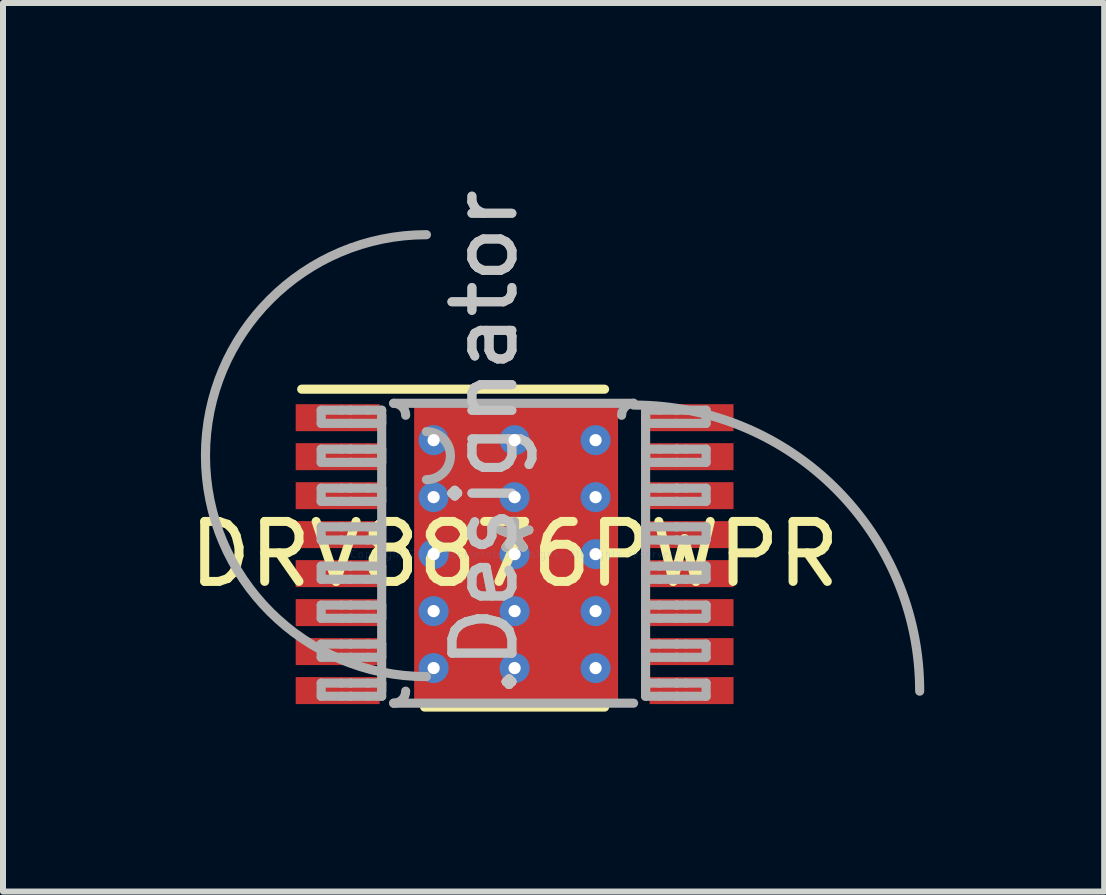
<source format=kicad_pcb>
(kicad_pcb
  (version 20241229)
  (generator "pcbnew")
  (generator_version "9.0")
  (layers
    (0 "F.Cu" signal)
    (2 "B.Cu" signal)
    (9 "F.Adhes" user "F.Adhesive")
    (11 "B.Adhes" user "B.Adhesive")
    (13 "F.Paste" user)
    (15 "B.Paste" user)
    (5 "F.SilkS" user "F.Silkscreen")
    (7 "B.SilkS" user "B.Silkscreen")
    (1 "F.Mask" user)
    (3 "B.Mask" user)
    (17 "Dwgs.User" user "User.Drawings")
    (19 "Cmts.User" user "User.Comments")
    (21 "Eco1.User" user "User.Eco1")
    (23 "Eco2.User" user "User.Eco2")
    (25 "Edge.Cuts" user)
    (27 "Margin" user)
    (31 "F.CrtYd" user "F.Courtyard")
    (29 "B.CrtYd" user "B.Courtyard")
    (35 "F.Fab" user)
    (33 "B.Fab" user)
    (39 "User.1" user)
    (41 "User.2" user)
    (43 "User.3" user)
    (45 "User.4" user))
  (footprint "DRV8876PWPR"
    (layer "F.Cu")
    (at 5.53 6.189)
    (property "Reference" "DRV8876PWPR" (at 0 0 0) (layer "F.SilkS") (effects (font (size 1 1) (thickness 0.15))))
    (attr through_hole)
    (fp_line (start -1.23 -1.726) (end -1.229 -1.735) (stroke (width 0.152) (type solid)) (layer "F.Mask"))
    (fp_line (start -1.23 1.726) (end -1.23 -1.726) (stroke (width 0.152) (type solid)) (layer "F.Mask"))
    (fp_line (start -1.229 -1.735) (end -1.226 -1.745) (stroke (width 0.152) (type solid)) (layer "F.Mask"))
    (fp_line (start -1.229 1.735) (end -1.23 1.726) (stroke (width 0.152) (type solid)) (layer "F.Mask"))
    (fp_line (start -1.226 -1.745) (end -1.222 -1.753) (stroke (width 0.152) (type solid)) (layer "F.Mask"))
    (fp_line (start -1.226 1.745) (end -1.229 1.735) (stroke (width 0.152) (type solid)) (layer "F.Mask"))
    (fp_line (start -1.222 -1.753) (end -1.216 -1.761) (stroke (width 0.152) (type solid)) (layer "F.Mask"))
    (fp_line (start -1.222 1.753) (end -1.226 1.745) (stroke (width 0.152) (type solid)) (layer "F.Mask"))
    (fp_line (start -1.216 -1.761) (end -1.208 -1.767) (stroke (width 0.152) (type solid)) (layer "F.Mask"))
    (fp_line (start -1.216 1.761) (end -1.222 1.753) (stroke (width 0.152) (type solid)) (layer "F.Mask"))
    (fp_line (start -1.208 -1.767) (end -1.2 -1.771) (stroke (width 0.152) (type solid)) (layer "F.Mask"))
    (fp_line (start -1.208 1.767) (end -1.216 1.761) (stroke (width 0.152) (type solid)) (layer "F.Mask"))
    (fp_line (start -1.2 -1.771) (end -1.19 -1.774) (stroke (width 0.152) (type solid)) (layer "F.Mask"))
    (fp_line (start -1.2 1.771) (end -1.208 1.767) (stroke (width 0.152) (type solid)) (layer "F.Mask"))
    (fp_line (start -1.19 -1.774) (end -1.181 -1.775) (stroke (width 0.152) (type solid)) (layer "F.Mask"))
    (fp_line (start -1.19 1.774) (end -1.2 1.771) (stroke (width 0.152) (type solid)) (layer "F.Mask"))
    (fp_line (start -1.181 -1.775) (end 1.181 -1.775) (stroke (width 0.152) (type solid)) (layer "F.Mask"))
    (fp_line (start -1.181 1.775) (end -1.19 1.774) (stroke (width 0.152) (type solid)) (layer "F.Mask"))
    (fp_line (start 1.181 -1.775) (end 1.19 -1.774) (stroke (width 0.152) (type solid)) (layer "F.Mask"))
    (fp_line (start 1.181 1.775) (end -1.181 1.775) (stroke (width 0.152) (type solid)) (layer "F.Mask"))
    (fp_line (start 1.19 -1.774) (end 1.2 -1.771) (stroke (width 0.152) (type solid)) (layer "F.Mask"))
    (fp_line (start 1.19 1.774) (end 1.181 1.775) (stroke (width 0.152) (type solid)) (layer "F.Mask"))
    (fp_line (start 1.2 -1.771) (end 1.208 -1.767) (stroke (width 0.152) (type solid)) (layer "F.Mask"))
    (fp_line (start 1.2 1.771) (end 1.19 1.774) (stroke (width 0.152) (type solid)) (layer "F.Mask"))
    (fp_line (start 1.208 -1.767) (end 1.216 -1.761) (stroke (width 0.152) (type solid)) (layer "F.Mask"))
    (fp_line (start 1.208 1.767) (end 1.2 1.771) (stroke (width 0.152) (type solid)) (layer "F.Mask"))
    (fp_line (start 1.216 -1.761) (end 1.222 -1.753) (stroke (width 0.152) (type solid)) (layer "F.Mask"))
    (fp_line (start 1.216 1.761) (end 1.208 1.767) (stroke (width 0.152) (type solid)) (layer "F.Mask"))
    (fp_line (start 1.222 -1.753) (end 1.226 -1.745) (stroke (width 0.152) (type solid)) (layer "F.Mask"))
    (fp_line (start 1.222 1.753) (end 1.216 1.761) (stroke (width 0.152) (type solid)) (layer "F.Mask"))
    (fp_line (start 1.226 -1.745) (end 1.229 -1.735) (stroke (width 0.152) (type solid)) (layer "F.Mask"))
    (fp_line (start 1.226 1.745) (end 1.222 1.753) (stroke (width 0.152) (type solid)) (layer "F.Mask"))
    (fp_line (start 1.229 -1.735) (end 1.23 -1.726) (stroke (width 0.152) (type solid)) (layer "F.Mask"))
    (fp_line (start 1.229 1.735) (end 1.226 1.745) (stroke (width 0.152) (type solid)) (layer "F.Mask"))
    (fp_line (start 1.23 -1.726) (end 1.23 1.726) (stroke (width 0.152) (type solid)) (layer "F.Mask"))
    (fp_line (start 1.23 1.726) (end 1.229 1.735) (stroke (width 0.152) (type solid)) (layer "F.Mask"))
    (fp_line (start -3.55 -2.75) (end 1.5 -2.75) (stroke (width 0.152) (type solid)) (layer "F.SilkS"))
    (fp_line (start -1.5 2.55) (end 1.5 2.55) (stroke (width 0.152) (type solid)) (layer "F.SilkS"))
    (fp_line (start -1.23 -1.726) (end -1.229 -1.735) (stroke (width 0.152) (type solid)) (layer "F.Paste"))
    (fp_line (start -1.23 1.726) (end -1.23 -1.726) (stroke (width 0.152) (type solid)) (layer "F.Paste"))
    (fp_line (start -1.229 -1.735) (end -1.226 -1.745) (stroke (width 0.152) (type solid)) (layer "F.Paste"))
    (fp_line (start -1.229 1.735) (end -1.23 1.726) (stroke (width 0.152) (type solid)) (layer "F.Paste"))
    (fp_line (start -1.226 -1.745) (end -1.222 -1.753) (stroke (width 0.152) (type solid)) (layer "F.Paste"))
    (fp_line (start -1.226 1.745) (end -1.229 1.735) (stroke (width 0.152) (type solid)) (layer "F.Paste"))
    (fp_line (start -1.222 -1.753) (end -1.216 -1.761) (stroke (width 0.152) (type solid)) (layer "F.Paste"))
    (fp_line (start -1.222 1.753) (end -1.226 1.745) (stroke (width 0.152) (type solid)) (layer "F.Paste"))
    (fp_line (start -1.216 -1.761) (end -1.208 -1.767) (stroke (width 0.152) (type solid)) (layer "F.Paste"))
    (fp_line (start -1.216 1.761) (end -1.222 1.753) (stroke (width 0.152) (type solid)) (layer "F.Paste"))
    (fp_line (start -1.208 -1.767) (end -1.2 -1.771) (stroke (width 0.152) (type solid)) (layer "F.Paste"))
    (fp_line (start -1.208 1.767) (end -1.216 1.761) (stroke (width 0.152) (type solid)) (layer "F.Paste"))
    (fp_line (start -1.2 -1.771) (end -1.19 -1.774) (stroke (width 0.152) (type solid)) (layer "F.Paste"))
    (fp_line (start -1.2 1.771) (end -1.208 1.767) (stroke (width 0.152) (type solid)) (layer "F.Paste"))
    (fp_line (start -1.19 -1.774) (end -1.181 -1.775) (stroke (width 0.152) (type solid)) (layer "F.Paste"))
    (fp_line (start -1.19 1.774) (end -1.2 1.771) (stroke (width 0.152) (type solid)) (layer "F.Paste"))
    (fp_line (start -1.181 -1.775) (end 1.181 -1.775) (stroke (width 0.152) (type solid)) (layer "F.Paste"))
    (fp_line (start -1.181 1.775) (end -1.19 1.774) (stroke (width 0.152) (type solid)) (layer "F.Paste"))
    (fp_line (start 1.181 -1.775) (end 1.19 -1.774) (stroke (width 0.152) (type solid)) (layer "F.Paste"))
    (fp_line (start 1.181 1.775) (end -1.181 1.775) (stroke (width 0.152) (type solid)) (layer "F.Paste"))
    (fp_line (start 1.19 -1.774) (end 1.2 -1.771) (stroke (width 0.152) (type solid)) (layer "F.Paste"))
    (fp_line (start 1.19 1.774) (end 1.181 1.775) (stroke (width 0.152) (type solid)) (layer "F.Paste"))
    (fp_line (start 1.2 -1.771) (end 1.208 -1.767) (stroke (width 0.152) (type solid)) (layer "F.Paste"))
    (fp_line (start 1.2 1.771) (end 1.19 1.774) (stroke (width 0.152) (type solid)) (layer "F.Paste"))
    (fp_line (start 1.208 -1.767) (end 1.216 -1.761) (stroke (width 0.152) (type solid)) (layer "F.Paste"))
    (fp_line (start 1.208 1.767) (end 1.2 1.771) (stroke (width 0.152) (type solid)) (layer "F.Paste"))
    (fp_line (start 1.216 -1.761) (end 1.222 -1.753) (stroke (width 0.152) (type solid)) (layer "F.Paste"))
    (fp_line (start 1.216 1.761) (end 1.208 1.767) (stroke (width 0.152) (type solid)) (layer "F.Paste"))
    (fp_line (start 1.222 -1.753) (end 1.226 -1.745) (stroke (width 0.152) (type solid)) (layer "F.Paste"))
    (fp_line (start 1.222 1.753) (end 1.216 1.761) (stroke (width 0.152) (type solid)) (layer "F.Paste"))
    (fp_line (start 1.226 -1.745) (end 1.229 -1.735) (stroke (width 0.152) (type solid)) (layer "F.Paste"))
    (fp_line (start 1.226 1.745) (end 1.222 1.753) (stroke (width 0.152) (type solid)) (layer "F.Paste"))
    (fp_line (start 1.229 -1.735) (end 1.23 -1.726) (stroke (width 0.152) (type solid)) (layer "F.Paste"))
    (fp_line (start 1.229 1.735) (end 1.226 1.745) (stroke (width 0.152) (type solid)) (layer "F.Paste"))
    (fp_line (start 1.23 -1.726) (end 1.23 1.726) (stroke (width 0.152) (type solid)) (layer "F.Paste"))
    (fp_line (start 1.23 1.726) (end 1.229 1.735) (stroke (width 0.152) (type solid)) (layer "F.Paste"))
    (fp_line (start -3.225 -2.4) (end -2.887 -2.4) (stroke (width 0.152) (type solid)) (layer "F.Fab"))
    (fp_line (start -3.225 -2.18) (end -3.225 -2.4) (stroke (width 0.152) (type solid)) (layer "F.Fab"))
    (fp_line (start -3.225 -2.18) (end -2.887 -2.18) (stroke (width 0.152) (type solid)) (layer "F.Fab"))
    (fp_line (start -3.225 -1.75) (end -2.887 -1.75) (stroke (width 0.152) (type solid)) (layer "F.Fab"))
    (fp_line (start -3.225 -1.53) (end -3.225 -1.75) (stroke (width 0.152) (type solid)) (layer "F.Fab"))
    (fp_line (start -3.225 -1.53) (end -2.887 -1.53) (stroke (width 0.152) (type solid)) (layer "F.Fab"))
    (fp_line (start -3.225 -1.1) (end -2.887 -1.1) (stroke (width 0.152) (type solid)) (layer "F.Fab"))
    (fp_line (start -3.225 -0.88) (end -3.225 -1.1) (stroke (width 0.152) (type solid)) (layer "F.Fab"))
    (fp_line (start -3.225 -0.88) (end -2.887 -0.88) (stroke (width 0.152) (type solid)) (layer "F.Fab"))
    (fp_line (start -3.225 -0.455) (end -2.887 -0.455) (stroke (width 0.152) (type solid)) (layer "F.Fab"))
    (fp_line (start -3.225 -0.235) (end -3.225 -0.455) (stroke (width 0.152) (type solid)) (layer "F.Fab"))
    (fp_line (start -3.225 -0.235) (end -2.887 -0.235) (stroke (width 0.152) (type solid)) (layer "F.Fab"))
    (fp_line (start -3.225 0.2) (end -2.887 0.2) (stroke (width 0.152) (type solid)) (layer "F.Fab"))
    (fp_line (start -3.225 0.42) (end -3.225 0.2) (stroke (width 0.152) (type solid)) (layer "F.Fab"))
    (fp_line (start -3.225 0.42) (end -2.887 0.42) (stroke (width 0.152) (type solid)) (layer "F.Fab"))
    (fp_line (start -3.225 0.85) (end -2.887 0.85) (stroke (width 0.152) (type solid)) (layer "F.Fab"))
    (fp_line (start -3.225 1.07) (end -3.225 0.85) (stroke (width 0.152) (type solid)) (layer "F.Fab"))
    (fp_line (start -3.225 1.07) (end -2.887 1.07) (stroke (width 0.152) (type solid)) (layer "F.Fab"))
    (fp_line (start -3.225 1.5) (end -2.887 1.5) (stroke (width 0.152) (type solid)) (layer "F.Fab"))
    (fp_line (start -3.225 1.72) (end -3.225 1.5) (stroke (width 0.152) (type solid)) (layer "F.Fab"))
    (fp_line (start -3.225 1.72) (end -2.887 1.72) (stroke (width 0.152) (type solid)) (layer "F.Fab"))
    (fp_line (start -3.225 2.15) (end -2.887 2.15) (stroke (width 0.152) (type solid)) (layer "F.Fab"))
    (fp_line (start -3.225 2.37) (end -3.225 2.15) (stroke (width 0.152) (type solid)) (layer "F.Fab"))
    (fp_line (start -3.225 2.37) (end -2.887 2.37) (stroke (width 0.152) (type solid)) (layer "F.Fab"))
    (fp_line (start -2.887 -2.4) (end -2.739 -2.4) (stroke (width 0.152) (type solid)) (layer "F.Fab"))
    (fp_line (start -2.887 -2.18) (end -2.739 -2.18) (stroke (width 0.152) (type solid)) (layer "F.Fab"))
    (fp_line (start -2.887 -1.75) (end -2.739 -1.75) (stroke (width 0.152) (type solid)) (layer "F.Fab"))
    (fp_line (start -2.887 -1.53) (end -2.739 -1.53) (stroke (width 0.152) (type solid)) (layer "F.Fab"))
    (fp_line (start -2.887 -1.1) (end -2.739 -1.1) (stroke (width 0.152) (type solid)) (layer "F.Fab"))
    (fp_line (start -2.887 -0.88) (end -2.739 -0.88) (stroke (width 0.152) (type solid)) (layer "F.Fab"))
    (fp_line (start -2.887 -0.455) (end -2.739 -0.455) (stroke (width 0.152) (type solid)) (layer "F.Fab"))
    (fp_line (start -2.887 -0.235) (end -2.739 -0.235) (stroke (width 0.152) (type solid)) (layer "F.Fab"))
    (fp_line (start -2.887 0.2) (end -2.739 0.2) (stroke (width 0.152) (type solid)) (layer "F.Fab"))
    (fp_line (start -2.887 0.42) (end -2.739 0.42) (stroke (width 0.152) (type solid)) (layer "F.Fab"))
    (fp_line (start -2.887 0.85) (end -2.739 0.85) (stroke (width 0.152) (type solid)) (layer "F.Fab"))
    (fp_line (start -2.887 1.07) (end -2.739 1.07) (stroke (width 0.152) (type solid)) (layer "F.Fab"))
    (fp_line (start -2.887 1.5) (end -2.739 1.5) (stroke (width 0.152) (type solid)) (layer "F.Fab"))
    (fp_line (start -2.887 1.72) (end -2.739 1.72) (stroke (width 0.152) (type solid)) (layer "F.Fab"))
    (fp_line (start -2.887 2.15) (end -2.739 2.15) (stroke (width 0.152) (type solid)) (layer "F.Fab"))
    (fp_line (start -2.887 2.37) (end -2.739 2.37) (stroke (width 0.152) (type solid)) (layer "F.Fab"))
    (fp_line (start -2.739 -2.4) (end -2.73 -2.4) (stroke (width 0.152) (type solid)) (layer "F.Fab"))
    (fp_line (start -2.739 -2.18) (end -2.73 -2.18) (stroke (width 0.152) (type solid)) (layer "F.Fab"))
    (fp_line (start -2.739 -1.75) (end -2.73 -1.75) (stroke (width 0.152) (type solid)) (layer "F.Fab"))
    (fp_line (start -2.739 -1.53) (end -2.73 -1.53) (stroke (width 0.152) (type solid)) (layer "F.Fab"))
    (fp_line (start -2.739 -1.1) (end -2.73 -1.1) (stroke (width 0.152) (type solid)) (layer "F.Fab"))
    (fp_line (start -2.739 -0.88) (end -2.73 -0.88) (stroke (width 0.152) (type solid)) (layer "F.Fab"))
    (fp_line (start -2.739 -0.455) (end -2.73 -0.455) (stroke (width 0.152) (type solid)) (layer "F.Fab"))
    (fp_line (start -2.739 -0.235) (end -2.73 -0.235) (stroke (width 0.152) (type solid)) (layer "F.Fab"))
    (fp_line (start -2.739 0.2) (end -2.73 0.2) (stroke (width 0.152) (type solid)) (layer "F.Fab"))
    (fp_line (start -2.739 0.42) (end -2.73 0.42) (stroke (width 0.152) (type solid)) (layer "F.Fab"))
    (fp_line (start -2.739 0.85) (end -2.73 0.85) (stroke (width 0.152) (type solid)) (layer "F.Fab"))
    (fp_line (start -2.739 1.07) (end -2.73 1.07) (stroke (width 0.152) (type solid)) (layer "F.Fab"))
    (fp_line (start -2.739 1.5) (end -2.73 1.5) (stroke (width 0.152) (type solid)) (layer "F.Fab"))
    (fp_line (start -2.739 1.72) (end -2.73 1.72) (stroke (width 0.152) (type solid)) (layer "F.Fab"))
    (fp_line (start -2.739 2.15) (end -2.73 2.15) (stroke (width 0.152) (type solid)) (layer "F.Fab"))
    (fp_line (start -2.739 2.37) (end -2.73 2.37) (stroke (width 0.152) (type solid)) (layer "F.Fab"))
    (fp_line (start -2.73 -2.4) (end -2.446 -2.4) (stroke (width 0.152) (type solid)) (layer "F.Fab"))
    (fp_line (start -2.73 -2.18) (end -2.446 -2.18) (stroke (width 0.152) (type solid)) (layer "F.Fab"))
    (fp_line (start -2.73 -1.75) (end -2.446 -1.75) (stroke (width 0.152) (type solid)) (layer "F.Fab"))
    (fp_line (start -2.73 -1.53) (end -2.446 -1.53) (stroke (width 0.152) (type solid)) (layer "F.Fab"))
    (fp_line (start -2.73 -1.1) (end -2.446 -1.1) (stroke (width 0.152) (type solid)) (layer "F.Fab"))
    (fp_line (start -2.73 -0.88) (end -2.446 -0.88) (stroke (width 0.152) (type solid)) (layer "F.Fab"))
    (fp_line (start -2.73 -0.455) (end -2.446 -0.455) (stroke (width 0.152) (type solid)) (layer "F.Fab"))
    (fp_line (start -2.73 -0.235) (end -2.446 -0.235) (stroke (width 0.152) (type solid)) (layer "F.Fab"))
    (fp_line (start -2.73 0.2) (end -2.446 0.2) (stroke (width 0.152) (type solid)) (layer "F.Fab"))
    (fp_line (start -2.73 0.42) (end -2.446 0.42) (stroke (width 0.152) (type solid)) (layer "F.Fab"))
    (fp_line (start -2.73 0.85) (end -2.446 0.85) (stroke (width 0.152) (type solid)) (layer "F.Fab"))
    (fp_line (start -2.73 1.07) (end -2.446 1.07) (stroke (width 0.152) (type solid)) (layer "F.Fab"))
    (fp_line (start -2.73 1.5) (end -2.446 1.5) (stroke (width 0.152) (type solid)) (layer "F.Fab"))
    (fp_line (start -2.73 1.72) (end -2.446 1.72) (stroke (width 0.152) (type solid)) (layer "F.Fab"))
    (fp_line (start -2.73 2.15) (end -2.446 2.15) (stroke (width 0.152) (type solid)) (layer "F.Fab"))
    (fp_line (start -2.73 2.37) (end -2.446 2.37) (stroke (width 0.152) (type solid)) (layer "F.Fab"))
    (fp_line (start -2.446 -2.4) (end -2.216 -2.4) (stroke (width 0.152) (type solid)) (layer "F.Fab"))
    (fp_line (start -2.446 -2.18) (end -2.216 -2.18) (stroke (width 0.152) (type solid)) (layer "F.Fab"))
    (fp_line (start -2.446 -1.75) (end -2.216 -1.75) (stroke (width 0.152) (type solid)) (layer "F.Fab"))
    (fp_line (start -2.446 -1.53) (end -2.216 -1.53) (stroke (width 0.152) (type solid)) (layer "F.Fab"))
    (fp_line (start -2.446 -1.1) (end -2.216 -1.1) (stroke (width 0.152) (type solid)) (layer "F.Fab"))
    (fp_line (start -2.446 -0.88) (end -2.216 -0.88) (stroke (width 0.152) (type solid)) (layer "F.Fab"))
    (fp_line (start -2.446 -0.455) (end -2.216 -0.455) (stroke (width 0.152) (type solid)) (layer "F.Fab"))
    (fp_line (start -2.446 -0.235) (end -2.216 -0.235) (stroke (width 0.152) (type solid)) (layer "F.Fab"))
    (fp_line (start -2.446 0.2) (end -2.216 0.2) (stroke (width 0.152) (type solid)) (layer "F.Fab"))
    (fp_line (start -2.446 0.42) (end -2.216 0.42) (stroke (width 0.152) (type solid)) (layer "F.Fab"))
    (fp_line (start -2.446 0.85) (end -2.216 0.85) (stroke (width 0.152) (type solid)) (layer "F.Fab"))
    (fp_line (start -2.446 1.07) (end -2.216 1.07) (stroke (width 0.152) (type solid)) (layer "F.Fab"))
    (fp_line (start -2.446 1.5) (end -2.216 1.5) (stroke (width 0.152) (type solid)) (layer "F.Fab"))
    (fp_line (start -2.446 1.72) (end -2.216 1.72) (stroke (width 0.152) (type solid)) (layer "F.Fab"))
    (fp_line (start -2.446 2.15) (end -2.216 2.15) (stroke (width 0.152) (type solid)) (layer "F.Fab"))
    (fp_line (start -2.446 2.37) (end -2.216 2.37) (stroke (width 0.152) (type solid)) (layer "F.Fab"))
    (fp_line (start -2.216 -2.18) (end -2.216 -2.4) (stroke (width 0.152) (type solid)) (layer "F.Fab"))
    (fp_line (start -2.216 -1.53) (end -2.216 -1.75) (stroke (width 0.152) (type solid)) (layer "F.Fab"))
    (fp_line (start -2.216 -0.88) (end -2.216 -1.1) (stroke (width 0.152) (type solid)) (layer "F.Fab"))
    (fp_line (start -2.216 -0.235) (end -2.216 -0.455) (stroke (width 0.152) (type solid)) (layer "F.Fab"))
    (fp_line (start -2.216 0.42) (end -2.216 0.2) (stroke (width 0.152) (type solid)) (layer "F.Fab"))
    (fp_line (start -2.216 1.07) (end -2.216 0.85) (stroke (width 0.152) (type solid)) (layer "F.Fab"))
    (fp_line (start -2.216 1.72) (end -2.216 1.5) (stroke (width 0.152) (type solid)) (layer "F.Fab"))
    (fp_line (start -2.216 2.285) (end -2.216 -2.315) (stroke (width 0.152) (type solid)) (layer "F.Fab"))
    (fp_line (start -2.216 2.37) (end -2.216 2.15) (stroke (width 0.152) (type solid)) (layer "F.Fab"))
    (fp_line (start -2.016 -2.515) (end 1.984 -2.515) (stroke (width 0.152) (type solid)) (layer "F.Fab"))
    (fp_line (start -2.016 2.485) (end 1.984 2.485) (stroke (width 0.152) (type solid)) (layer "F.Fab"))
    (fp_line (start 2.184 -2.4) (end 2.413 -2.4) (stroke (width 0.152) (type solid)) (layer "F.Fab"))
    (fp_line (start 2.184 -2.18) (end 2.184 -2.4) (stroke (width 0.152) (type solid)) (layer "F.Fab"))
    (fp_line (start 2.184 -2.18) (end 2.413 -2.18) (stroke (width 0.152) (type solid)) (layer "F.Fab"))
    (fp_line (start 2.184 -1.75) (end 2.413 -1.75) (stroke (width 0.152) (type solid)) (layer "F.Fab"))
    (fp_line (start 2.184 -1.53) (end 2.184 -1.75) (stroke (width 0.152) (type solid)) (layer "F.Fab"))
    (fp_line (start 2.184 -1.53) (end 2.413 -1.53) (stroke (width 0.152) (type solid)) (layer "F.Fab"))
    (fp_line (start 2.184 -1.1) (end 2.413 -1.1) (stroke (width 0.152) (type solid)) (layer "F.Fab"))
    (fp_line (start 2.184 -0.88) (end 2.184 -1.1) (stroke (width 0.152) (type solid)) (layer "F.Fab"))
    (fp_line (start 2.184 -0.88) (end 2.413 -0.88) (stroke (width 0.152) (type solid)) (layer "F.Fab"))
    (fp_line (start 2.184 -0.455) (end 2.413 -0.455) (stroke (width 0.152) (type solid)) (layer "F.Fab"))
    (fp_line (start 2.184 -0.235) (end 2.184 -0.455) (stroke (width 0.152) (type solid)) (layer "F.Fab"))
    (fp_line (start 2.184 -0.235) (end 2.413 -0.235) (stroke (width 0.152) (type solid)) (layer "F.Fab"))
    (fp_line (start 2.184 0.2) (end 2.413 0.2) (stroke (width 0.152) (type solid)) (layer "F.Fab"))
    (fp_line (start 2.184 0.42) (end 2.184 0.2) (stroke (width 0.152) (type solid)) (layer "F.Fab"))
    (fp_line (start 2.184 0.42) (end 2.413 0.42) (stroke (width 0.152) (type solid)) (layer "F.Fab"))
    (fp_line (start 2.184 0.85) (end 2.413 0.85) (stroke (width 0.152) (type solid)) (layer "F.Fab"))
    (fp_line (start 2.184 1.07) (end 2.184 0.85) (stroke (width 0.152) (type solid)) (layer "F.Fab"))
    (fp_line (start 2.184 1.07) (end 2.413 1.07) (stroke (width 0.152) (type solid)) (layer "F.Fab"))
    (fp_line (start 2.184 1.5) (end 2.413 1.5) (stroke (width 0.152) (type solid)) (layer "F.Fab"))
    (fp_line (start 2.184 1.72) (end 2.184 1.5) (stroke (width 0.152) (type solid)) (layer "F.Fab"))
    (fp_line (start 2.184 1.72) (end 2.413 1.72) (stroke (width 0.152) (type solid)) (layer "F.Fab"))
    (fp_line (start 2.184 2.15) (end 2.413 2.15) (stroke (width 0.152) (type solid)) (layer "F.Fab"))
    (fp_line (start 2.184 2.285) (end 2.184 -2.315) (stroke (width 0.152) (type solid)) (layer "F.Fab"))
    (fp_line (start 2.184 2.37) (end 2.184 2.15) (stroke (width 0.152) (type solid)) (layer "F.Fab"))
    (fp_line (start 2.184 2.37) (end 2.413 2.37) (stroke (width 0.152) (type solid)) (layer "F.Fab"))
    (fp_line (start 2.413 -2.4) (end 2.698 -2.4) (stroke (width 0.152) (type solid)) (layer "F.Fab"))
    (fp_line (start 2.413 -2.18) (end 2.698 -2.18) (stroke (width 0.152) (type solid)) (layer "F.Fab"))
    (fp_line (start 2.413 -1.75) (end 2.698 -1.75) (stroke (width 0.152) (type solid)) (layer "F.Fab"))
    (fp_line (start 2.413 -1.53) (end 2.698 -1.53) (stroke (width 0.152) (type solid)) (layer "F.Fab"))
    (fp_line (start 2.413 -1.1) (end 2.698 -1.1) (stroke (width 0.152) (type solid)) (layer "F.Fab"))
    (fp_line (start 2.413 -0.88) (end 2.698 -0.88) (stroke (width 0.152) (type solid)) (layer "F.Fab"))
    (fp_line (start 2.413 -0.455) (end 2.698 -0.455) (stroke (width 0.152) (type solid)) (layer "F.Fab"))
    (fp_line (start 2.413 -0.235) (end 2.698 -0.235) (stroke (width 0.152) (type solid)) (layer "F.Fab"))
    (fp_line (start 2.413 0.2) (end 2.698 0.2) (stroke (width 0.152) (type solid)) (layer "F.Fab"))
    (fp_line (start 2.413 0.42) (end 2.698 0.42) (stroke (width 0.152) (type solid)) (layer "F.Fab"))
    (fp_line (start 2.413 0.85) (end 2.698 0.85) (stroke (width 0.152) (type solid)) (layer "F.Fab"))
    (fp_line (start 2.413 1.07) (end 2.698 1.07) (stroke (width 0.152) (type solid)) (layer "F.Fab"))
    (fp_line (start 2.413 1.5) (end 2.698 1.5) (stroke (width 0.152) (type solid)) (layer "F.Fab"))
    (fp_line (start 2.413 1.72) (end 2.698 1.72) (stroke (width 0.152) (type solid)) (layer "F.Fab"))
    (fp_line (start 2.413 2.15) (end 2.698 2.15) (stroke (width 0.152) (type solid)) (layer "F.Fab"))
    (fp_line (start 2.413 2.37) (end 2.698 2.37) (stroke (width 0.152) (type solid)) (layer "F.Fab"))
    (fp_line (start 2.698 -2.4) (end 2.707 -2.4) (stroke (width 0.152) (type solid)) (layer "F.Fab"))
    (fp_line (start 2.698 -2.18) (end 2.707 -2.18) (stroke (width 0.152) (type solid)) (layer "F.Fab"))
    (fp_line (start 2.698 -1.75) (end 2.707 -1.75) (stroke (width 0.152) (type solid)) (layer "F.Fab"))
    (fp_line (start 2.698 -1.53) (end 2.707 -1.53) (stroke (width 0.152) (type solid)) (layer "F.Fab"))
    (fp_line (start 2.698 -1.1) (end 2.707 -1.1) (stroke (width 0.152) (type solid)) (layer "F.Fab"))
    (fp_line (start 2.698 -0.88) (end 2.707 -0.88) (stroke (width 0.152) (type solid)) (layer "F.Fab"))
    (fp_line (start 2.698 -0.455) (end 2.707 -0.455) (stroke (width 0.152) (type solid)) (layer "F.Fab"))
    (fp_line (start 2.698 -0.235) (end 2.707 -0.235) (stroke (width 0.152) (type solid)) (layer "F.Fab"))
    (fp_line (start 2.698 0.2) (end 2.707 0.2) (stroke (width 0.152) (type solid)) (layer "F.Fab"))
    (fp_line (start 2.698 0.42) (end 2.707 0.42) (stroke (width 0.152) (type solid)) (layer "F.Fab"))
    (fp_line (start 2.698 0.85) (end 2.707 0.85) (stroke (width 0.152) (type solid)) (layer "F.Fab"))
    (fp_line (start 2.698 1.07) (end 2.707 1.07) (stroke (width 0.152) (type solid)) (layer "F.Fab"))
    (fp_line (start 2.698 1.5) (end 2.707 1.5) (stroke (width 0.152) (type solid)) (layer "F.Fab"))
    (fp_line (start 2.698 1.72) (end 2.707 1.72) (stroke (width 0.152) (type solid)) (layer "F.Fab"))
    (fp_line (start 2.698 2.15) (end 2.707 2.15) (stroke (width 0.152) (type solid)) (layer "F.Fab"))
    (fp_line (start 2.698 2.37) (end 2.707 2.37) (stroke (width 0.152) (type solid)) (layer "F.Fab"))
    (fp_line (start 2.707 -2.4) (end 2.854 -2.4) (stroke (width 0.152) (type solid)) (layer "F.Fab"))
    (fp_line (start 2.707 -2.18) (end 2.854 -2.18) (stroke (width 0.152) (type solid)) (layer "F.Fab"))
    (fp_line (start 2.707 -1.75) (end 2.854 -1.75) (stroke (width 0.152) (type solid)) (layer "F.Fab"))
    (fp_line (start 2.707 -1.53) (end 2.854 -1.53) (stroke (width 0.152) (type solid)) (layer "F.Fab"))
    (fp_line (start 2.707 -1.1) (end 2.854 -1.1) (stroke (width 0.152) (type solid)) (layer "F.Fab"))
    (fp_line (start 2.707 -0.88) (end 2.854 -0.88) (stroke (width 0.152) (type solid)) (layer "F.Fab"))
    (fp_line (start 2.707 -0.455) (end 2.854 -0.455) (stroke (width 0.152) (type solid)) (layer "F.Fab"))
    (fp_line (start 2.707 -0.235) (end 2.854 -0.235) (stroke (width 0.152) (type solid)) (layer "F.Fab"))
    (fp_line (start 2.707 0.2) (end 2.854 0.2) (stroke (width 0.152) (type solid)) (layer "F.Fab"))
    (fp_line (start 2.707 0.42) (end 2.854 0.42) (stroke (width 0.152) (type solid)) (layer "F.Fab"))
    (fp_line (start 2.707 0.85) (end 2.854 0.85) (stroke (width 0.152) (type solid)) (layer "F.Fab"))
    (fp_line (start 2.707 1.07) (end 2.854 1.07) (stroke (width 0.152) (type solid)) (layer "F.Fab"))
    (fp_line (start 2.707 1.5) (end 2.854 1.5) (stroke (width 0.152) (type solid)) (layer "F.Fab"))
    (fp_line (start 2.707 1.72) (end 2.854 1.72) (stroke (width 0.152) (type solid)) (layer "F.Fab"))
    (fp_line (start 2.707 2.15) (end 2.854 2.15) (stroke (width 0.152) (type solid)) (layer "F.Fab"))
    (fp_line (start 2.707 2.37) (end 2.854 2.37) (stroke (width 0.152) (type solid)) (layer "F.Fab"))
    (fp_line (start 2.854 -2.4) (end 3.193 -2.4) (stroke (width 0.152) (type solid)) (layer "F.Fab"))
    (fp_line (start 2.854 -2.18) (end 3.193 -2.18) (stroke (width 0.152) (type solid)) (layer "F.Fab"))
    (fp_line (start 2.854 -1.75) (end 3.193 -1.75) (stroke (width 0.152) (type solid)) (layer "F.Fab"))
    (fp_line (start 2.854 -1.53) (end 3.193 -1.53) (stroke (width 0.152) (type solid)) (layer "F.Fab"))
    (fp_line (start 2.854 -1.1) (end 3.193 -1.1) (stroke (width 0.152) (type solid)) (layer "F.Fab"))
    (fp_line (start 2.854 -0.88) (end 3.193 -0.88) (stroke (width 0.152) (type solid)) (layer "F.Fab"))
    (fp_line (start 2.854 -0.455) (end 3.193 -0.455) (stroke (width 0.152) (type solid)) (layer "F.Fab"))
    (fp_line (start 2.854 -0.235) (end 3.193 -0.235) (stroke (width 0.152) (type solid)) (layer "F.Fab"))
    (fp_line (start 2.854 0.2) (end 3.193 0.2) (stroke (width 0.152) (type solid)) (layer "F.Fab"))
    (fp_line (start 2.854 0.42) (end 3.193 0.42) (stroke (width 0.152) (type solid)) (layer "F.Fab"))
    (fp_line (start 2.854 0.85) (end 3.193 0.85) (stroke (width 0.152) (type solid)) (layer "F.Fab"))
    (fp_line (start 2.854 1.07) (end 3.193 1.07) (stroke (width 0.152) (type solid)) (layer "F.Fab"))
    (fp_line (start 2.854 1.5) (end 3.193 1.5) (stroke (width 0.152) (type solid)) (layer "F.Fab"))
    (fp_line (start 2.854 1.72) (end 3.193 1.72) (stroke (width 0.152) (type solid)) (layer "F.Fab"))
    (fp_line (start 2.854 2.15) (end 3.193 2.15) (stroke (width 0.152) (type solid)) (layer "F.Fab"))
    (fp_line (start 2.854 2.37) (end 3.193 2.37) (stroke (width 0.152) (type solid)) (layer "F.Fab"))
    (fp_line (start 3.193 -2.18) (end 3.193 -2.4) (stroke (width 0.152) (type solid)) (layer "F.Fab"))
    (fp_line (start 3.193 -1.53) (end 3.193 -1.75) (stroke (width 0.152) (type solid)) (layer "F.Fab"))
    (fp_line (start 3.193 -0.88) (end 3.193 -1.1) (stroke (width 0.152) (type solid)) (layer "F.Fab"))
    (fp_line (start 3.193 -0.235) (end 3.193 -0.455) (stroke (width 0.152) (type solid)) (layer "F.Fab"))
    (fp_line (start 3.193 0.42) (end 3.193 0.2) (stroke (width 0.152) (type solid)) (layer "F.Fab"))
    (fp_line (start 3.193 1.07) (end 3.193 0.85) (stroke (width 0.152) (type solid)) (layer "F.Fab"))
    (fp_line (start 3.193 1.72) (end 3.193 1.5) (stroke (width 0.152) (type solid)) (layer "F.Fab"))
    (fp_line (start 3.193 2.37) (end 3.193 2.15) (stroke (width 0.152) (type solid)) (layer "F.Fab"))
    (fp_arc (start -2.016138 -2.514986) (mid -1.874717 -2.456407) (end -1.816138 -2.314986) (stroke (width 0.1524) (type solid)) (layer "F.Fab"))
    (fp_arc (start -1.816138 2.285004) (mid -1.874717 2.426425) (end -2.016138 2.485004) (stroke (width 0.1524) (type solid)) (layer "F.Fab"))
    (fp_arc (start -1.470139 -2.041987) (mid -1.07014 -1.641988) (end -1.470139 -1.241989) (stroke (width 0.1524) (type solid)) (layer "F.Fab"))
    (fp_arc (start -1.470139 2.041987) (mid -5.154114 -1.641988) (end -1.470139 -5.325963) (stroke (width 0.1524) (type solid)) (layer "F.Fab"))
    (fp_arc (start 1.783855 -2.314986) (mid 1.842433 -2.456407) (end 1.983854 -2.514985) (stroke (width 0.1524) (type solid)) (layer "F.Fab"))
    (fp_arc (start 1.983854 -2.485004) (mid 5.356759 -1.087901) (end 6.753862 2.285004) (stroke (width 0.1524) (type solid)) (layer "F.Fab"))
    (fp_text user "*" (at 0 0 0) (layer "F.SilkS") (effects (font (size 1 1) (thickness 0.15))))
    (fp_text user ".Designator" (at -0.5 -1.85 270) (layer "Dwgs.User") (effects (font (size 1 1) (thickness 0.15))))
    (fp_text user "Copyright 2016 Accelerated Designs. All rights reserved." (at 0 0 0) (layer "Cmts.User") (effects (font (size 0.127 0.127) (thickness 0.002))))
    (fp_text user "*" (at 0 0 0) (layer "F.Fab") (effects (font (size 1 1) (thickness 0.15))))
    (fp_text user ".Designator" (at -0.5 -1.85 270) (layer "F.Fab") (effects (font (size 1 1) (thickness 0.15))))
    (pad "1" smd rect (at -2.95 -2.275 90) (size 0.45 1.4) (layers "F.Cu" "F.Mask" "F.Paste"))
    (pad "2" smd rect (at -2.95 -1.625 90) (size 0.45 1.4) (layers "F.Cu" "F.Mask" "F.Paste"))
    (pad "3" smd rect (at -2.95 -0.975 90) (size 0.45 1.4) (layers "F.Cu" "F.Mask" "F.Paste"))
    (pad "4" smd rect (at -2.95 -0.325 90) (size 0.45 1.4) (layers "F.Cu" "F.Mask" "F.Paste"))
    (pad "5" smd rect (at -2.95 0.325 90) (size 0.45 1.4) (layers "F.Cu" "F.Mask" "F.Paste"))
    (pad "6" smd rect (at -2.95 0.975 90) (size 0.45 1.4) (layers "F.Cu" "F.Mask" "F.Paste"))
    (pad "7" smd rect (at -2.95 1.625 90) (size 0.45 1.4) (layers "F.Cu" "F.Mask" "F.Paste"))
    (pad "8" smd rect (at -2.95 2.275 90) (size 0.45 1.4) (layers "F.Cu" "F.Mask" "F.Paste"))
    (pad "9" smd rect (at 2.95 2.275 90) (size 0.45 1.4) (layers "F.Cu" "F.Mask" "F.Paste"))
    (pad "10" smd rect (at 2.95 1.625 90) (size 0.45 1.4) (layers "F.Cu" "F.Mask" "F.Paste"))
    (pad "11" smd rect (at 2.95 0.975 90) (size 0.45 1.4) (layers "F.Cu" "F.Mask" "F.Paste"))
    (pad "12" smd rect (at 2.95 0.325 90) (size 0.45 1.4) (layers "F.Cu" "F.Mask" "F.Paste"))
    (pad "13" smd rect (at 2.95 -0.325 90) (size 0.45 1.4) (layers "F.Cu" "F.Mask" "F.Paste"))
    (pad "14" smd rect (at 2.95 -0.975 90) (size 0.45 1.4) (layers "F.Cu" "F.Mask" "F.Paste"))
    (pad "15" smd rect (at 2.95 -1.625 90) (size 0.45 1.4) (layers "F.Cu" "F.Mask" "F.Paste"))
    (pad "16" smd rect (at 2.95 -2.275 90) (size 0.45 1.4) (layers "F.Cu" "F.Mask" "F.Paste"))
    (pad "17" smd rect (at 0.025 0) (size 3.4 5) (layers "F.Cu" "F.Mask" "F.Paste"))
    (pad "18" thru_hole circle (at 0 0) (size 0.5 0.5) (drill 0.203) (layers "*.Cu" "*.Mask"))
    (pad "19" thru_hole circle (at 0 0.95) (size 0.5 0.5) (drill 0.203) (layers "*.Cu" "*.Mask"))
    (pad "20" thru_hole circle (at 0 -0.95) (size 0.5 0.5) (drill 0.203) (layers "*.Cu" "*.Mask"))
    (pad "21" thru_hole circle (at 0 -1.9) (size 0.5 0.5) (drill 0.203) (layers "*.Cu" "*.Mask"))
    (pad "22" thru_hole circle (at 0 1.9) (size 0.5 0.5) (drill 0.203) (layers "*.Cu" "*.Mask"))
    (pad "23" thru_hole circle (at 1.35 1.9) (size 0.5 0.5) (drill 0.203) (layers "*.Cu" "*.Mask"))
    (pad "24" thru_hole circle (at 1.35 -1.9) (size 0.5 0.5) (drill 0.203) (layers "*.Cu" "*.Mask"))
    (pad "25" thru_hole circle (at 1.35 -0.95) (size 0.5 0.5) (drill 0.203) (layers "*.Cu" "*.Mask"))
    (pad "26" thru_hole circle (at 1.35 0.95) (size 0.5 0.5) (drill 0.203) (layers "*.Cu" "*.Mask"))
    (pad "27" thru_hole circle (at 1.35 0) (size 0.5 0.5) (drill 0.203) (layers "*.Cu" "*.Mask"))
    (pad "28" thru_hole circle (at -1.35 0) (size 0.5 0.5) (drill 0.203) (layers "*.Cu" "*.Mask"))
    (pad "29" thru_hole circle (at -1.35 0.95) (size 0.5 0.5) (drill 0.203) (layers "*.Cu" "*.Mask"))
    (pad "30" thru_hole circle (at -1.35 -0.95) (size 0.5 0.5) (drill 0.203) (layers "*.Cu" "*.Mask"))
    (pad "31" thru_hole circle (at -1.35 -1.9) (size 0.5 0.5) (drill 0.203) (layers "*.Cu" "*.Mask"))
    (pad "32" thru_hole circle (at -1.35 1.9) (size 0.5 0.5) (drill 0.203) (layers "*.Cu" "*.Mask")))
  (gr_rect
    (start -3 -3)
    (end 15.36 11.815)
    (stroke (width 0.1) (type default))
    (fill no)
    (layer "Edge.Cuts")))
</source>
